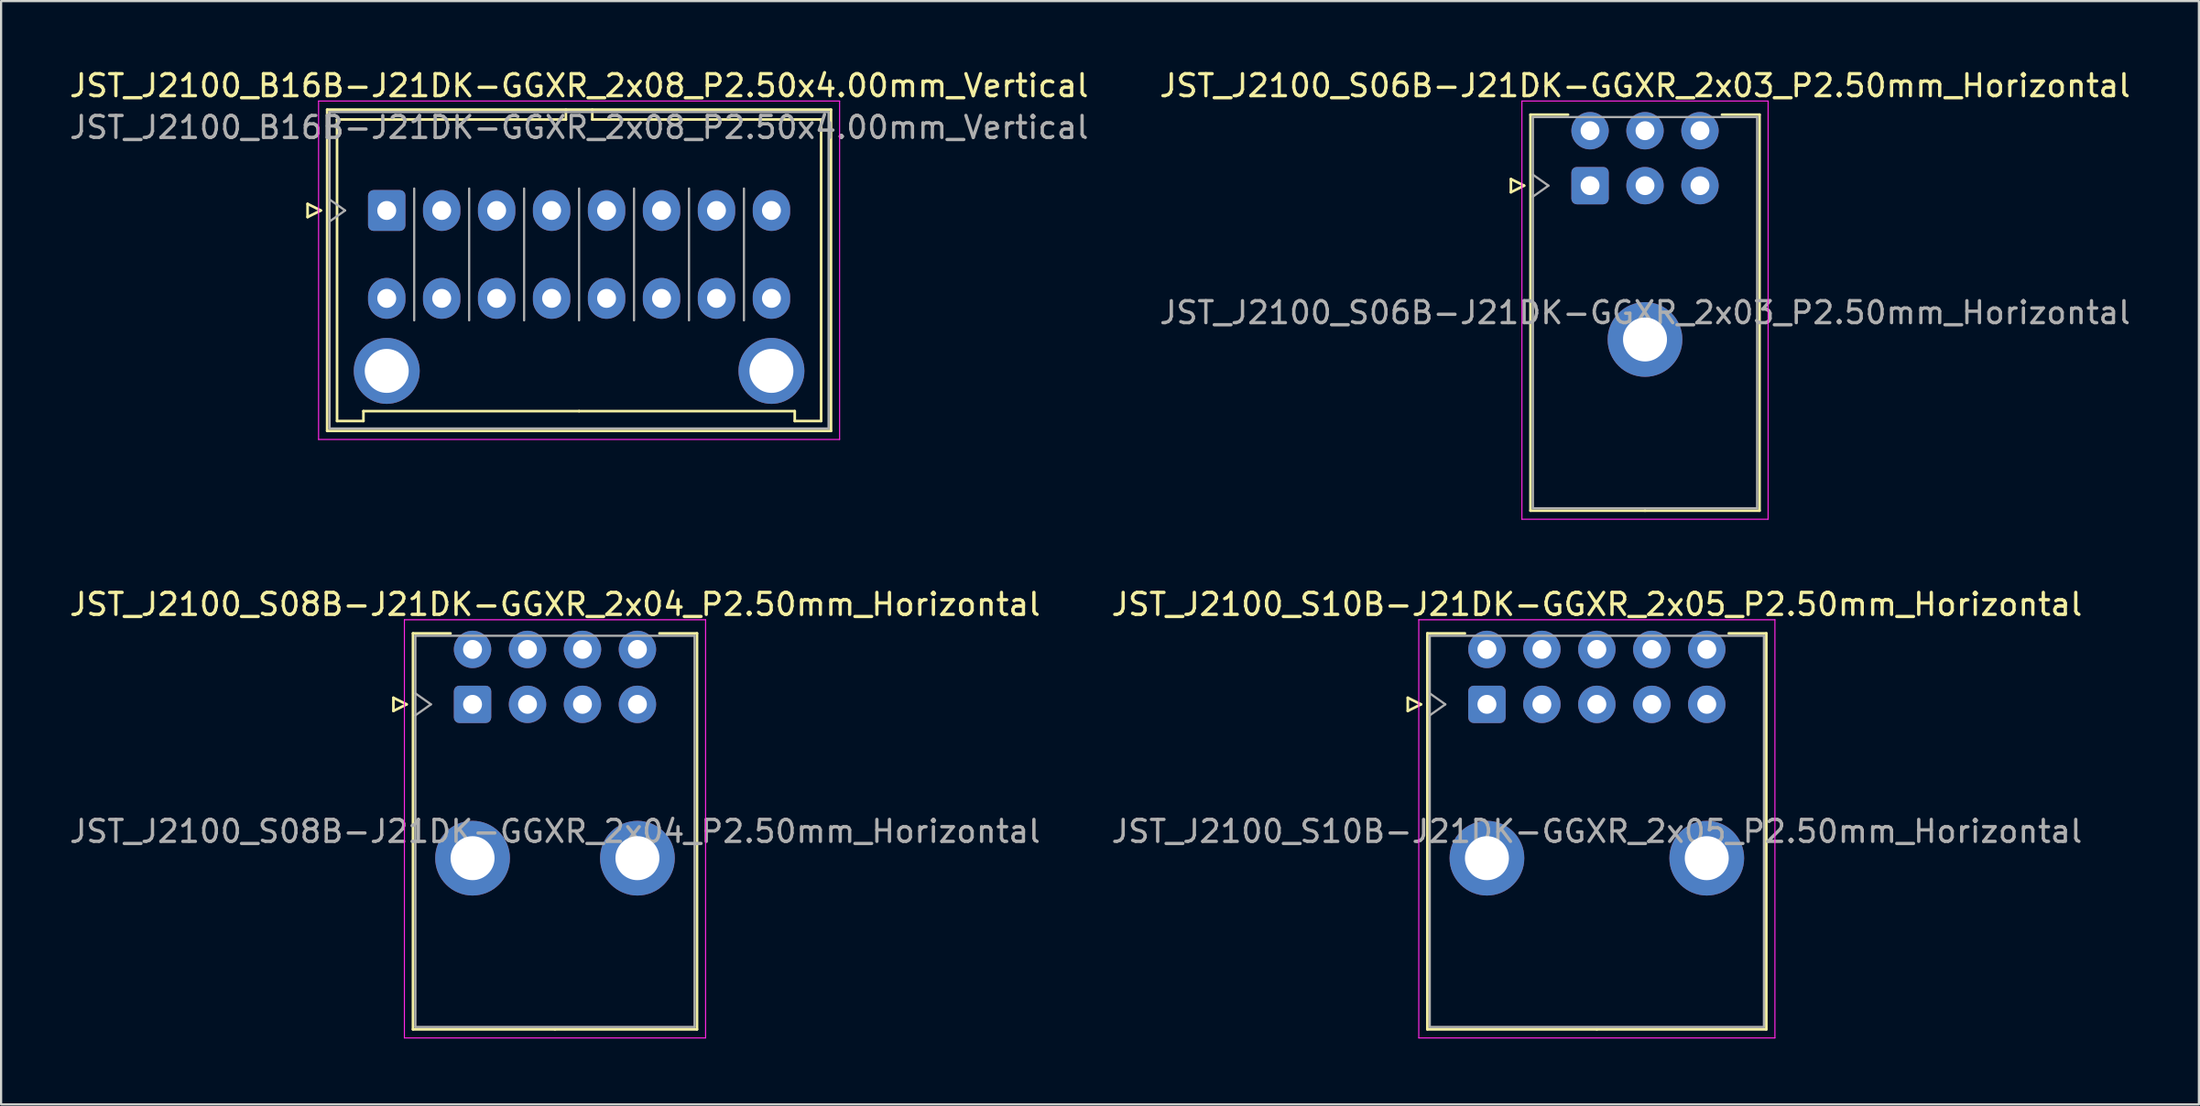
<source format=kicad_pcb>
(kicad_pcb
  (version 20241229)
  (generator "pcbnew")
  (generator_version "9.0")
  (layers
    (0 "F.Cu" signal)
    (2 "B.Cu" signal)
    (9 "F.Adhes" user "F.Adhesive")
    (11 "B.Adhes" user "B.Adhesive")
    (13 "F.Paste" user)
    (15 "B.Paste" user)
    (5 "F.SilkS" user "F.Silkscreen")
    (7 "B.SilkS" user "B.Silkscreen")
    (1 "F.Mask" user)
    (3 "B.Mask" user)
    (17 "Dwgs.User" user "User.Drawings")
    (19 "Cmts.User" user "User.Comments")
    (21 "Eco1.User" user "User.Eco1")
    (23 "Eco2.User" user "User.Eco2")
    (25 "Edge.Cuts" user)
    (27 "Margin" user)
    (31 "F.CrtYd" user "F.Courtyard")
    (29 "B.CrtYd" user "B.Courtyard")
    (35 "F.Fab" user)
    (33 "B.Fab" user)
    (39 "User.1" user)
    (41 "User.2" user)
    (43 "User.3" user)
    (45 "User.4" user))
  (footprint "JST_J2100_S10B-J21DK-GGXR_2x05_P2.50mm_Horizontal"
    (layer "F.Cu")
    (at 64.589 29.002)
    (property "Reference" "JST_J2100_S10B-J21DK-GGXR_2x05_P2.50mm_Horizontal" (at 5 -4.55 0) (layer "F.SilkS") (effects (font (size 1 1) (thickness 0.15))))
    (attr through_hole)
    (fp_line (start -3.6 -0.3) (end -3 0) (stroke (width 0.12) (type solid)) (layer "F.SilkS"))
    (fp_line (start -3.6 0.3) (end -3.6 -0.3) (stroke (width 0.12) (type solid)) (layer "F.SilkS"))
    (fp_line (start -3 0) (end -3.6 0.3) (stroke (width 0.12) (type solid)) (layer "F.SilkS"))
    (fp_line (start -2.71 -3.23) (end -2.71 14.79) (stroke (width 0.12) (type solid)) (layer "F.SilkS"))
    (fp_line (start -2.71 14.79) (end 5 14.79) (stroke (width 0.12) (type solid)) (layer "F.SilkS"))
    (fp_line (start -1 -3.23) (end -2.71 -3.23) (stroke (width 0.12) (type solid)) (layer "F.SilkS"))
    (fp_line (start 11 -3.23) (end 12.71 -3.23) (stroke (width 0.12) (type solid)) (layer "F.SilkS"))
    (fp_line (start 12.71 -3.23) (end 12.71 14.79) (stroke (width 0.12) (type solid)) (layer "F.SilkS"))
    (fp_line (start 12.71 14.79) (end 5 14.79) (stroke (width 0.12) (type solid)) (layer "F.SilkS"))
    (fp_line (start -3.1 -3.85) (end -3.1 15.18) (stroke (width 0.05) (type solid)) (layer "F.CrtYd"))
    (fp_line (start -3.1 15.18) (end 13.1 15.18) (stroke (width 0.05) (type solid)) (layer "F.CrtYd"))
    (fp_line (start 13.1 -3.85) (end -3.1 -3.85) (stroke (width 0.05) (type solid)) (layer "F.CrtYd"))
    (fp_line (start 13.1 15.18) (end 13.1 -3.85) (stroke (width 0.05) (type solid)) (layer "F.CrtYd"))
    (fp_line (start -2.6 -3.12) (end -2.6 14.68) (stroke (width 0.1) (type solid)) (layer "F.Fab"))
    (fp_line (start -2.6 0.5) (end -1.893 0) (stroke (width 0.1) (type solid)) (layer "F.Fab"))
    (fp_line (start -2.6 14.68) (end 12.6 14.68) (stroke (width 0.1) (type solid)) (layer "F.Fab"))
    (fp_line (start -1.893 0) (end -2.6 -0.5) (stroke (width 0.1) (type solid)) (layer "F.Fab"))
    (fp_line (start 12.6 -3.12) (end -2.6 -3.12) (stroke (width 0.1) (type solid)) (layer "F.Fab"))
    (fp_line (start 12.6 14.68) (end 12.6 -3.12) (stroke (width 0.1) (type solid)) (layer "F.Fab"))
    (fp_text user "${REFERENCE}" (at 5 5.78 0) (layer "F.Fab") (effects (font (size 1 1) (thickness 0.15))))
    (pad "" thru_hole circle (at 0 7) (size 3.4 3.4) (drill 2) (layers "*.Cu" "*.Mask"))
    (pad "" thru_hole circle (at 10 7) (size 3.4 3.4) (drill 2) (layers "*.Cu" "*.Mask"))
    (pad "1" thru_hole roundrect (at 0 0) (size 1.7 1.7) (drill 0.86) (layers "*.Cu" "*.Mask") (roundrect_rratio 0.147))
    (pad "2" thru_hole circle (at 2.5 0) (size 1.7 1.7) (drill 0.86) (layers "*.Cu" "*.Mask"))
    (pad "3" thru_hole circle (at 5 0) (size 1.7 1.7) (drill 0.86) (layers "*.Cu" "*.Mask"))
    (pad "4" thru_hole circle (at 7.5 0) (size 1.7 1.7) (drill 0.86) (layers "*.Cu" "*.Mask"))
    (pad "5" thru_hole circle (at 10 0) (size 1.7 1.7) (drill 0.86) (layers "*.Cu" "*.Mask"))
    (pad "6" thru_hole circle (at 0 -2.5) (size 1.7 1.7) (drill 0.86) (layers "*.Cu" "*.Mask"))
    (pad "7" thru_hole circle (at 2.5 -2.5) (size 1.7 1.7) (drill 0.86) (layers "*.Cu" "*.Mask"))
    (pad "8" thru_hole circle (at 5 -2.5) (size 1.7 1.7) (drill 0.86) (layers "*.Cu" "*.Mask"))
    (pad "9" thru_hole circle (at 7.5 -2.5) (size 1.7 1.7) (drill 0.86) (layers "*.Cu" "*.Mask"))
    (pad "10" thru_hole circle (at 10 -2.5) (size 1.7 1.7) (drill 0.86) (layers "*.Cu" "*.Mask")))
  (footprint "JST_J2100_S08B-J21DK-GGXR_2x04_P2.50mm_Horizontal"
    (layer "F.Cu")
    (at 18.446 29.002)
    (property "Reference" "JST_J2100_S08B-J21DK-GGXR_2x04_P2.50mm_Horizontal" (at 3.75 -4.55 0) (layer "F.SilkS") (effects (font (size 1 1) (thickness 0.15))))
    (attr through_hole)
    (fp_line (start -3.6 -0.3) (end -3 0) (stroke (width 0.12) (type solid)) (layer "F.SilkS"))
    (fp_line (start -3.6 0.3) (end -3.6 -0.3) (stroke (width 0.12) (type solid)) (layer "F.SilkS"))
    (fp_line (start -3 0) (end -3.6 0.3) (stroke (width 0.12) (type solid)) (layer "F.SilkS"))
    (fp_line (start -2.71 -3.23) (end -2.71 14.79) (stroke (width 0.12) (type solid)) (layer "F.SilkS"))
    (fp_line (start -2.71 14.79) (end 3.75 14.79) (stroke (width 0.12) (type solid)) (layer "F.SilkS"))
    (fp_line (start -1 -3.23) (end -2.71 -3.23) (stroke (width 0.12) (type solid)) (layer "F.SilkS"))
    (fp_line (start 8.5 -3.23) (end 10.21 -3.23) (stroke (width 0.12) (type solid)) (layer "F.SilkS"))
    (fp_line (start 10.21 -3.23) (end 10.21 14.79) (stroke (width 0.12) (type solid)) (layer "F.SilkS"))
    (fp_line (start 10.21 14.79) (end 3.75 14.79) (stroke (width 0.12) (type solid)) (layer "F.SilkS"))
    (fp_line (start -3.1 -3.85) (end -3.1 15.18) (stroke (width 0.05) (type solid)) (layer "F.CrtYd"))
    (fp_line (start -3.1 15.18) (end 10.6 15.18) (stroke (width 0.05) (type solid)) (layer "F.CrtYd"))
    (fp_line (start 10.6 -3.85) (end -3.1 -3.85) (stroke (width 0.05) (type solid)) (layer "F.CrtYd"))
    (fp_line (start 10.6 15.18) (end 10.6 -3.85) (stroke (width 0.05) (type solid)) (layer "F.CrtYd"))
    (fp_line (start -2.6 -3.12) (end -2.6 14.68) (stroke (width 0.1) (type solid)) (layer "F.Fab"))
    (fp_line (start -2.6 0.5) (end -1.893 0) (stroke (width 0.1) (type solid)) (layer "F.Fab"))
    (fp_line (start -2.6 14.68) (end 10.1 14.68) (stroke (width 0.1) (type solid)) (layer "F.Fab"))
    (fp_line (start -1.893 0) (end -2.6 -0.5) (stroke (width 0.1) (type solid)) (layer "F.Fab"))
    (fp_line (start 10.1 -3.12) (end -2.6 -3.12) (stroke (width 0.1) (type solid)) (layer "F.Fab"))
    (fp_line (start 10.1 14.68) (end 10.1 -3.12) (stroke (width 0.1) (type solid)) (layer "F.Fab"))
    (fp_text user "${REFERENCE}" (at 3.75 5.78 0) (layer "F.Fab") (effects (font (size 1 1) (thickness 0.15))))
    (pad "" thru_hole circle (at 0 7) (size 3.4 3.4) (drill 2) (layers "*.Cu" "*.Mask"))
    (pad "" thru_hole circle (at 7.5 7) (size 3.4 3.4) (drill 2) (layers "*.Cu" "*.Mask"))
    (pad "1" thru_hole roundrect (at 0 0) (size 1.7 1.7) (drill 0.86) (layers "*.Cu" "*.Mask") (roundrect_rratio 0.147))
    (pad "2" thru_hole circle (at 2.5 0) (size 1.7 1.7) (drill 0.86) (layers "*.Cu" "*.Mask"))
    (pad "3" thru_hole circle (at 5 0) (size 1.7 1.7) (drill 0.86) (layers "*.Cu" "*.Mask"))
    (pad "4" thru_hole circle (at 7.5 0) (size 1.7 1.7) (drill 0.86) (layers "*.Cu" "*.Mask"))
    (pad "5" thru_hole circle (at 0 -2.5) (size 1.7 1.7) (drill 0.86) (layers "*.Cu" "*.Mask"))
    (pad "6" thru_hole circle (at 2.5 -2.5) (size 1.7 1.7) (drill 0.86) (layers "*.Cu" "*.Mask"))
    (pad "7" thru_hole circle (at 5 -2.5) (size 1.7 1.7) (drill 0.86) (layers "*.Cu" "*.Mask"))
    (pad "8" thru_hole circle (at 7.5 -2.5) (size 1.7 1.7) (drill 0.86) (layers "*.Cu" "*.Mask")))
  (footprint "JST_J2100_S06B-J21DK-GGXR_2x03_P2.50mm_Horizontal"
    (layer "F.Cu")
    (at 69.28 5.398)
    (property "Reference" "JST_J2100_S06B-J21DK-GGXR_2x03_P2.50mm_Horizontal" (at 2.5 -4.55 0) (layer "F.SilkS") (effects (font (size 1 1) (thickness 0.15))))
    (attr through_hole)
    (fp_line (start -3.6 -0.3) (end -3 0) (stroke (width 0.12) (type solid)) (layer "F.SilkS"))
    (fp_line (start -3.6 0.3) (end -3.6 -0.3) (stroke (width 0.12) (type solid)) (layer "F.SilkS"))
    (fp_line (start -3 0) (end -3.6 0.3) (stroke (width 0.12) (type solid)) (layer "F.SilkS"))
    (fp_line (start -2.71 -3.23) (end -2.71 14.79) (stroke (width 0.12) (type solid)) (layer "F.SilkS"))
    (fp_line (start -2.71 14.79) (end 2.5 14.79) (stroke (width 0.12) (type solid)) (layer "F.SilkS"))
    (fp_line (start -1 -3.23) (end -2.71 -3.23) (stroke (width 0.12) (type solid)) (layer "F.SilkS"))
    (fp_line (start 6 -3.23) (end 7.71 -3.23) (stroke (width 0.12) (type solid)) (layer "F.SilkS"))
    (fp_line (start 7.71 -3.23) (end 7.71 14.79) (stroke (width 0.12) (type solid)) (layer "F.SilkS"))
    (fp_line (start 7.71 14.79) (end 2.5 14.79) (stroke (width 0.12) (type solid)) (layer "F.SilkS"))
    (fp_line (start -3.1 -3.85) (end -3.1 15.18) (stroke (width 0.05) (type solid)) (layer "F.CrtYd"))
    (fp_line (start -3.1 15.18) (end 8.1 15.18) (stroke (width 0.05) (type solid)) (layer "F.CrtYd"))
    (fp_line (start 8.1 -3.85) (end -3.1 -3.85) (stroke (width 0.05) (type solid)) (layer "F.CrtYd"))
    (fp_line (start 8.1 15.18) (end 8.1 -3.85) (stroke (width 0.05) (type solid)) (layer "F.CrtYd"))
    (fp_line (start -2.6 -3.12) (end -2.6 14.68) (stroke (width 0.1) (type solid)) (layer "F.Fab"))
    (fp_line (start -2.6 0.5) (end -1.893 0) (stroke (width 0.1) (type solid)) (layer "F.Fab"))
    (fp_line (start -2.6 14.68) (end 7.6 14.68) (stroke (width 0.1) (type solid)) (layer "F.Fab"))
    (fp_line (start -1.893 0) (end -2.6 -0.5) (stroke (width 0.1) (type solid)) (layer "F.Fab"))
    (fp_line (start 7.6 -3.12) (end -2.6 -3.12) (stroke (width 0.1) (type solid)) (layer "F.Fab"))
    (fp_line (start 7.6 14.68) (end 7.6 -3.12) (stroke (width 0.1) (type solid)) (layer "F.Fab"))
    (fp_text user "${REFERENCE}" (at 2.5 5.78 0) (layer "F.Fab") (effects (font (size 1 1) (thickness 0.15))))
    (pad "" thru_hole circle (at 2.5 7) (size 3.4 3.4) (drill 2) (layers "*.Cu" "*.Mask"))
    (pad "1" thru_hole roundrect (at 0 0) (size 1.7 1.7) (drill 0.86) (layers "*.Cu" "*.Mask") (roundrect_rratio 0.147))
    (pad "2" thru_hole circle (at 2.5 0) (size 1.7 1.7) (drill 0.86) (layers "*.Cu" "*.Mask"))
    (pad "3" thru_hole circle (at 5 0) (size 1.7 1.7) (drill 0.86) (layers "*.Cu" "*.Mask"))
    (pad "4" thru_hole circle (at 0 -2.5) (size 1.7 1.7) (drill 0.86) (layers "*.Cu" "*.Mask"))
    (pad "5" thru_hole circle (at 2.5 -2.5) (size 1.7 1.7) (drill 0.86) (layers "*.Cu" "*.Mask"))
    (pad "6" thru_hole circle (at 5 -2.5) (size 1.7 1.7) (drill 0.86) (layers "*.Cu" "*.Mask")))
  (footprint "JST_J2100_B16B-J21DK-GGXR_2x08_P2.50x4.00mm_Vertical"
    (layer "F.Cu")
    (at 14.542 6.528)
    (property "Reference" "JST_J2100_B16B-J21DK-GGXR_2x08_P2.50x4.00mm_Vertical" (at 8.75 -5.68 0) (layer "F.SilkS") (effects (font (size 1 1) (thickness 0.15))))
    (attr through_hole)
    (fp_line (start -3.6 -0.3) (end -3 0) (stroke (width 0.12) (type solid)) (layer "F.SilkS"))
    (fp_line (start -3.6 0.3) (end -3.6 -0.3) (stroke (width 0.12) (type solid)) (layer "F.SilkS"))
    (fp_line (start -3 0) (end -3.6 0.3) (stroke (width 0.12) (type solid)) (layer "F.SilkS"))
    (fp_line (start -2.71 -4.59) (end -2.71 10.03) (stroke (width 0.12) (type solid)) (layer "F.SilkS"))
    (fp_line (start -2.71 10.03) (end 20.21 10.03) (stroke (width 0.12) (type solid)) (layer "F.SilkS"))
    (fp_line (start -2.26 -4.14) (end -2.26 9.58) (stroke (width 0.12) (type solid)) (layer "F.SilkS"))
    (fp_line (start -2.26 9.58) (end -1.06 9.58) (stroke (width 0.12) (type solid)) (layer "F.SilkS"))
    (fp_line (start -1.06 9.13) (end 8.75 9.13) (stroke (width 0.12) (type solid)) (layer "F.SilkS"))
    (fp_line (start -1.06 9.58) (end -1.06 9.13) (stroke (width 0.12) (type solid)) (layer "F.SilkS"))
    (fp_line (start 8.15 -4.59) (end 8.15 -4.14) (stroke (width 0.12) (type solid)) (layer "F.SilkS"))
    (fp_line (start 8.15 -4.14) (end -2.26 -4.14) (stroke (width 0.12) (type solid)) (layer "F.SilkS"))
    (fp_line (start 9.35 -4.59) (end 9.35 -4.14) (stroke (width 0.12) (type solid)) (layer "F.SilkS"))
    (fp_line (start 9.35 -4.14) (end 19.76 -4.14) (stroke (width 0.12) (type solid)) (layer "F.SilkS"))
    (fp_line (start 18.56 9.13) (end 8.75 9.13) (stroke (width 0.12) (type solid)) (layer "F.SilkS"))
    (fp_line (start 18.56 9.58) (end 18.56 9.13) (stroke (width 0.12) (type solid)) (layer "F.SilkS"))
    (fp_line (start 19.76 -4.14) (end 19.76 9.58) (stroke (width 0.12) (type solid)) (layer "F.SilkS"))
    (fp_line (start 19.76 9.58) (end 18.56 9.58) (stroke (width 0.12) (type solid)) (layer "F.SilkS"))
    (fp_line (start 20.21 -4.59) (end -2.71 -4.59) (stroke (width 0.12) (type solid)) (layer "F.SilkS"))
    (fp_line (start 20.21 10.03) (end 20.21 -4.59) (stroke (width 0.12) (type solid)) (layer "F.SilkS"))
    (fp_line (start -3.1 -4.98) (end -3.1 10.42) (stroke (width 0.05) (type solid)) (layer "F.CrtYd"))
    (fp_line (start -3.1 10.42) (end 20.6 10.42) (stroke (width 0.05) (type solid)) (layer "F.CrtYd"))
    (fp_line (start 20.6 -4.98) (end -3.1 -4.98) (stroke (width 0.05) (type solid)) (layer "F.CrtYd"))
    (fp_line (start 20.6 10.42) (end 20.6 -4.98) (stroke (width 0.05) (type solid)) (layer "F.CrtYd"))
    (fp_line (start -2.6 -4.48) (end -2.6 9.92) (stroke (width 0.1) (type solid)) (layer "F.Fab"))
    (fp_line (start -2.6 0.5) (end -1.893 0) (stroke (width 0.1) (type solid)) (layer "F.Fab"))
    (fp_line (start -2.6 9.92) (end 20.1 9.92) (stroke (width 0.1) (type solid)) (layer "F.Fab"))
    (fp_line (start -1.893 0) (end -2.6 -0.5) (stroke (width 0.1) (type solid)) (layer "F.Fab"))
    (fp_line (start 1.25 5) (end 1.25 -1) (stroke (width 0.1) (type solid)) (layer "F.Fab"))
    (fp_line (start 3.75 5) (end 3.75 -1) (stroke (width 0.1) (type solid)) (layer "F.Fab"))
    (fp_line (start 6.25 5) (end 6.25 -1) (stroke (width 0.1) (type solid)) (layer "F.Fab"))
    (fp_line (start 8.75 5) (end 8.75 -1) (stroke (width 0.1) (type solid)) (layer "F.Fab"))
    (fp_line (start 11.25 5) (end 11.25 -1) (stroke (width 0.1) (type solid)) (layer "F.Fab"))
    (fp_line (start 13.75 5) (end 13.75 -1) (stroke (width 0.1) (type solid)) (layer "F.Fab"))
    (fp_line (start 16.25 5) (end 16.25 -1) (stroke (width 0.1) (type solid)) (layer "F.Fab"))
    (fp_line (start 20.1 -4.48) (end -2.6 -4.48) (stroke (width 0.1) (type solid)) (layer "F.Fab"))
    (fp_line (start 20.1 9.92) (end 20.1 -4.48) (stroke (width 0.1) (type solid)) (layer "F.Fab"))
    (fp_text user "${REFERENCE}" (at 8.75 -3.78 0) (layer "F.Fab") (effects (font (size 1 1) (thickness 0.15))))
    (pad "" thru_hole circle (at 0 7.3) (size 3 3) (drill 2) (layers "*.Cu" "*.Mask"))
    (pad "" thru_hole circle (at 17.5 7.3) (size 3 3) (drill 2) (layers "*.Cu" "*.Mask"))
    (pad "1" thru_hole roundrect (at 0 0) (size 1.7 1.86) (drill 0.86) (layers "*.Cu" "*.Mask") (roundrect_rratio 0.147))
    (pad "2" thru_hole oval (at 2.5 0) (size 1.7 1.86) (drill 0.86) (layers "*.Cu" "*.Mask"))
    (pad "3" thru_hole oval (at 5 0) (size 1.7 1.86) (drill 0.86) (layers "*.Cu" "*.Mask"))
    (pad "4" thru_hole oval (at 7.5 0) (size 1.7 1.86) (drill 0.86) (layers "*.Cu" "*.Mask"))
    (pad "5" thru_hole oval (at 10 0) (size 1.7 1.86) (drill 0.86) (layers "*.Cu" "*.Mask"))
    (pad "6" thru_hole oval (at 12.5 0) (size 1.7 1.86) (drill 0.86) (layers "*.Cu" "*.Mask"))
    (pad "7" thru_hole oval (at 15 0) (size 1.7 1.86) (drill 0.86) (layers "*.Cu" "*.Mask"))
    (pad "8" thru_hole oval (at 17.5 0) (size 1.7 1.86) (drill 0.86) (layers "*.Cu" "*.Mask"))
    (pad "9" thru_hole oval (at 0 4) (size 1.7 1.86) (drill 0.86) (layers "*.Cu" "*.Mask"))
    (pad "10" thru_hole oval (at 2.5 4) (size 1.7 1.86) (drill 0.86) (layers "*.Cu" "*.Mask"))
    (pad "11" thru_hole oval (at 5 4) (size 1.7 1.86) (drill 0.86) (layers "*.Cu" "*.Mask"))
    (pad "12" thru_hole oval (at 7.5 4) (size 1.7 1.86) (drill 0.86) (layers "*.Cu" "*.Mask"))
    (pad "13" thru_hole oval (at 10 4) (size 1.7 1.86) (drill 0.86) (layers "*.Cu" "*.Mask"))
    (pad "14" thru_hole oval (at 12.5 4) (size 1.7 1.86) (drill 0.86) (layers "*.Cu" "*.Mask"))
    (pad "15" thru_hole oval (at 15 4) (size 1.7 1.86) (drill 0.86) (layers "*.Cu" "*.Mask"))
    (pad "16" thru_hole oval (at 17.5 4) (size 1.7 1.86) (drill 0.86) (layers "*.Cu" "*.Mask")))
  (gr_rect
    (start -3 -3)
    (end 96.976 47.206)
    (stroke (width 0.1) (type default))
    (fill no)
    (layer "Edge.Cuts")))
</source>
